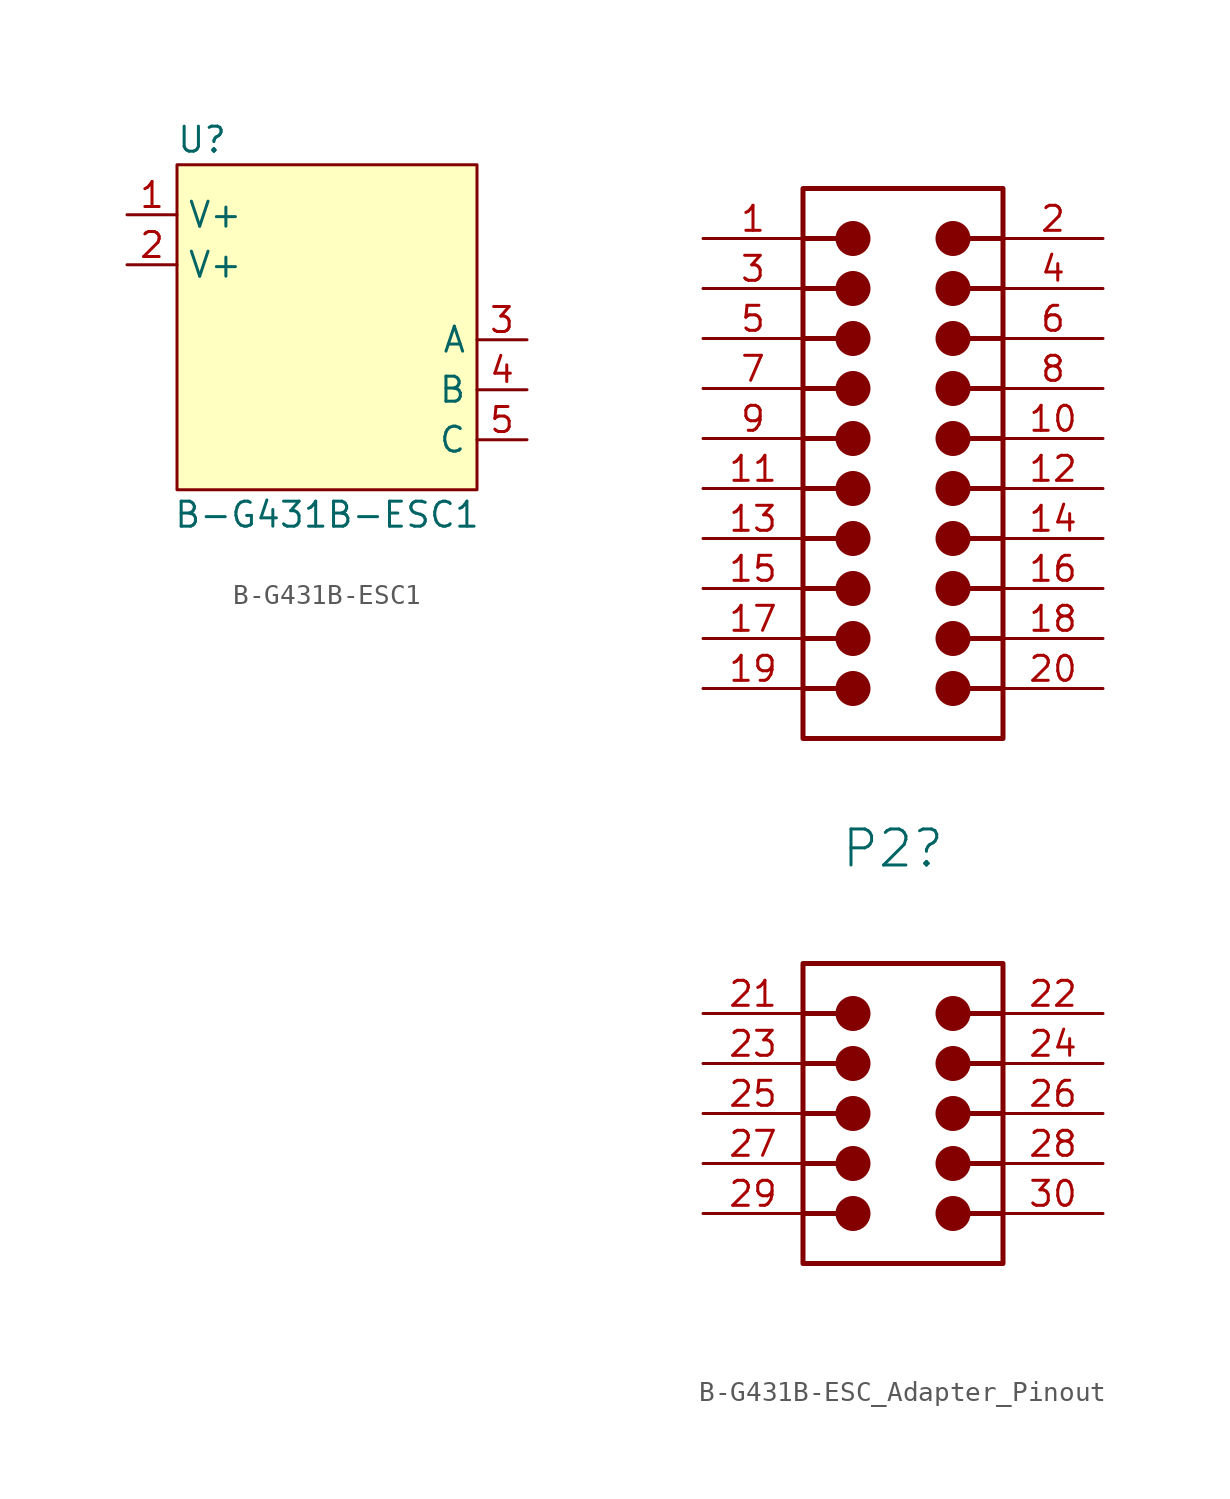
<source format=kicad_sym>
(kicad_symbol_lib
  (version 20231120)
  (generator "kicad_symbol_editor")
  (generator_version "8.0")
  (symbol "B-G431B-ESC1"
    (property "Reference" "U"
      (at -6.35 10.16 0)
      (effects (font (size 1.27 1.27))))
    (property "Value" "B-G431B-ESC1"
      (at 0 -8.89 0)
      (effects (font (size 1.27 1.27))))
    (symbol "B-G431B-ESC1_1_1"
      (rectangle (start -7.62 8.89) (end 7.62 -7.62) (stroke (width 0) (type default)) (fill (type background)))
      (pin power_in line (at -10.16 6.35 0) (length 2.54) (name "V+" (effects (font (size 1.27 1.27)))) (number "1" (effects (font (size 1.27 1.27)))))
      (pin power_in line (at -10.16 3.81 0) (length 2.54) (name "V+" (effects (font (size 1.27 1.27)))) (number "2" (effects (font (size 1.27 1.27)))))
      (pin output line (at 10.16 0 180) (length 2.54) (name "A" (effects (font (size 1.27 1.27)))) (number "3" (effects (font (size 1.27 1.27)))))
      (pin output line (at 10.16 -2.54 180) (length 2.54) (name "B" (effects (font (size 1.27 1.27)))) (number "4" (effects (font (size 1.27 1.27)))))
      (pin output line (at 10.16 -5.08 180) (length 2.54) (name "C" (effects (font (size 1.27 1.27)))) (number "5" (effects (font (size 1.27 1.27)))))))
  (symbol "B-G431B-ESC_Adapter_Pinout"
    (property "Reference" "P2"
      (at -0.508 -5.588 0)
      (effects (font (size 1.829 1.829))))
    (symbol "B-G431B-ESC_Adapter_Pinout_1_0"
      (circle (center -2.54 -24.13) (radius 0.762) (stroke (width 0.254) (type solid)) (fill (type outline)))
      (circle (center -2.54 -21.59) (radius 0.762) (stroke (width 0.254) (type solid)) (fill (type outline)))
      (circle (center -2.54 -19.05) (radius 0.762) (stroke (width 0.254) (type solid)) (fill (type outline)))
      (circle (center -2.54 -16.51) (radius 0.762) (stroke (width 0.254) (type solid)) (fill (type outline)))
      (circle (center -2.54 -13.97) (radius 0.762) (stroke (width 0.254) (type solid)) (fill (type outline)))
      (circle (center -2.54 2.54) (radius 0.762) (stroke (width 0.254) (type solid)) (fill (type outline)))
      (circle (center -2.54 5.08) (radius 0.762) (stroke (width 0.254) (type solid)) (fill (type outline)))
      (circle (center -2.54 7.62) (radius 0.762) (stroke (width 0.254) (type solid)) (fill (type outline)))
      (circle (center -2.54 10.16) (radius 0.762) (stroke (width 0.254) (type solid)) (fill (type outline)))
      (circle (center -2.54 12.7) (radius 0.762) (stroke (width 0.254) (type solid)) (fill (type outline)))
      (circle (center -2.54 15.24) (radius 0.762) (stroke (width 0.254) (type solid)) (fill (type outline)))
      (circle (center -2.54 17.78) (radius 0.762) (stroke (width 0.254) (type solid)) (fill (type outline)))
      (circle (center -2.54 20.32) (radius 0.762) (stroke (width 0.254) (type solid)) (fill (type outline)))
      (circle (center -2.54 22.86) (radius 0.762) (stroke (width 0.254) (type solid)) (fill (type outline)))
      (circle (center -2.54 25.4) (radius 0.762) (stroke (width 0.254) (type solid)) (fill (type outline)))
      (polyline (pts (xy -5.08 -24.13) (xy -3.302 -24.13)) (stroke (width 0.254) (type solid)) (fill (type none)))
      (polyline (pts (xy -5.08 -21.59) (xy -3.302 -21.59)) (stroke (width 0.254) (type solid)) (fill (type none)))
      (polyline (pts (xy -5.08 -19.05) (xy -3.302 -19.05)) (stroke (width 0.254) (type solid)) (fill (type none)))
      (polyline (pts (xy -5.08 -16.51) (xy -3.302 -16.51)) (stroke (width 0.254) (type solid)) (fill (type none)))
      (polyline (pts (xy -5.08 -13.97) (xy -3.302 -13.97)) (stroke (width 0.254) (type solid)) (fill (type none)))
      (polyline (pts (xy -5.08 2.54) (xy -3.302 2.54)) (stroke (width 0.254) (type solid)) (fill (type none)))
      (polyline (pts (xy -5.08 5.08) (xy -3.302 5.08)) (stroke (width 0.254) (type solid)) (fill (type none)))
      (polyline (pts (xy -5.08 7.62) (xy -3.302 7.62)) (stroke (width 0.254) (type solid)) (fill (type none)))
      (polyline (pts (xy -5.08 10.16) (xy -3.302 10.16)) (stroke (width 0.254) (type solid)) (fill (type none)))
      (polyline (pts (xy -5.08 12.7) (xy -3.302 12.7)) (stroke (width 0.254) (type solid)) (fill (type none)))
      (polyline (pts (xy -5.08 15.24) (xy -3.302 15.24)) (stroke (width 0.254) (type solid)) (fill (type none)))
      (polyline (pts (xy -5.08 17.78) (xy -3.302 17.78)) (stroke (width 0.254) (type solid)) (fill (type none)))
      (polyline (pts (xy -5.08 20.32) (xy -3.302 20.32)) (stroke (width 0.254) (type solid)) (fill (type none)))
      (polyline (pts (xy -5.08 22.86) (xy -3.302 22.86)) (stroke (width 0.254) (type solid)) (fill (type none)))
      (polyline (pts (xy -5.08 25.4) (xy -3.302 25.4)) (stroke (width 0.254) (type solid)) (fill (type none)))
      (polyline (pts (xy 5.08 -24.13) (xy 3.302 -24.13)) (stroke (width 0.254) (type solid)) (fill (type none)))
      (polyline (pts (xy 5.08 -21.59) (xy 3.302 -21.59)) (stroke (width 0.254) (type solid)) (fill (type none)))
      (polyline (pts (xy 5.08 -19.05) (xy 3.302 -19.05)) (stroke (width 0.254) (type solid)) (fill (type none)))
      (polyline (pts (xy 5.08 -16.51) (xy 3.302 -16.51)) (stroke (width 0.254) (type solid)) (fill (type none)))
      (polyline (pts (xy 5.08 -13.97) (xy 3.302 -13.97)) (stroke (width 0.254) (type solid)) (fill (type none)))
      (polyline (pts (xy 5.08 2.54) (xy 3.302 2.54)) (stroke (width 0.254) (type solid)) (fill (type none)))
      (polyline (pts (xy 5.08 5.08) (xy 3.302 5.08)) (stroke (width 0.254) (type solid)) (fill (type none)))
      (polyline (pts (xy 5.08 7.62) (xy 3.302 7.62)) (stroke (width 0.254) (type solid)) (fill (type none)))
      (polyline (pts (xy 5.08 10.16) (xy 3.302 10.16)) (stroke (width 0.254) (type solid)) (fill (type none)))
      (polyline (pts (xy 5.08 12.7) (xy 3.302 12.7)) (stroke (width 0.254) (type solid)) (fill (type none)))
      (polyline (pts (xy 5.08 15.24) (xy 3.302 15.24)) (stroke (width 0.254) (type solid)) (fill (type none)))
      (polyline (pts (xy 5.08 17.78) (xy 3.302 17.78)) (stroke (width 0.254) (type solid)) (fill (type none)))
      (polyline (pts (xy 5.08 20.32) (xy 3.302 20.32)) (stroke (width 0.254) (type solid)) (fill (type none)))
      (polyline (pts (xy 5.08 22.86) (xy 3.302 22.86)) (stroke (width 0.254) (type solid)) (fill (type none)))
      (polyline (pts (xy 5.08 25.4) (xy 3.302 25.4)) (stroke (width 0.254) (type solid)) (fill (type none)))
      (polyline (pts (xy -5.08 -11.43) (xy 5.08 -11.43) (xy 5.08 -26.67) (xy -5.08 -26.67) (xy -5.08 -11.43) (xy -5.08 -12.7)) (stroke (width 0.254) (type solid)) (fill (type none)))
      (circle (center 2.54 -24.13) (radius 0.762) (stroke (width 0.254) (type solid)) (fill (type outline)))
      (circle (center 2.54 -21.59) (radius 0.762) (stroke (width 0.254) (type solid)) (fill (type outline)))
      (circle (center 2.54 -19.05) (radius 0.762) (stroke (width 0.254) (type solid)) (fill (type outline)))
      (circle (center 2.54 -16.51) (radius 0.762) (stroke (width 0.254) (type solid)) (fill (type outline)))
      (circle (center 2.54 -13.97) (radius 0.762) (stroke (width 0.254) (type solid)) (fill (type outline)))
      (circle (center 2.54 2.54) (radius 0.762) (stroke (width 0.254) (type solid)) (fill (type outline)))
      (circle (center 2.54 5.08) (radius 0.762) (stroke (width 0.254) (type solid)) (fill (type outline)))
      (circle (center 2.54 7.62) (radius 0.762) (stroke (width 0.254) (type solid)) (fill (type outline)))
      (circle (center 2.54 10.16) (radius 0.762) (stroke (width 0.254) (type solid)) (fill (type outline)))
      (circle (center 2.54 12.7) (radius 0.762) (stroke (width 0.254) (type solid)) (fill (type outline)))
      (circle (center 2.54 15.24) (radius 0.762) (stroke (width 0.254) (type solid)) (fill (type outline)))
      (circle (center 2.54 17.78) (radius 0.762) (stroke (width 0.254) (type solid)) (fill (type outline)))
      (circle (center 2.54 20.32) (radius 0.762) (stroke (width 0.254) (type solid)) (fill (type outline)))
      (circle (center 2.54 22.86) (radius 0.762) (stroke (width 0.254) (type solid)) (fill (type outline)))
      (circle (center 2.54 25.4) (radius 0.762) (stroke (width 0.254) (type solid)) (fill (type outline)))
      (pin passive line (at -10.16 25.4 0) (length 5.08) (name "1" (effects (font (size 0 0)))) (number "1" (effects (font (size 1.27 1.27)))))
      (pin passive line (at 10.16 15.24 180) (length 5.08) (name "10" (effects (font (size 0 0)))) (number "10" (effects (font (size 1.27 1.27)))))
      (pin passive line (at -10.16 12.7 0) (length 5.08) (name "11" (effects (font (size 0 0)))) (number "11" (effects (font (size 1.27 1.27)))))
      (pin passive line (at 10.16 12.7 180) (length 5.08) (name "12" (effects (font (size 0 0)))) (number "12" (effects (font (size 1.27 1.27)))))
      (pin passive line (at -10.16 10.16 0) (length 5.08) (name "13" (effects (font (size 0 0)))) (number "13" (effects (font (size 1.27 1.27)))))
      (pin passive line (at 10.16 10.16 180) (length 5.08) (name "14" (effects (font (size 0 0)))) (number "14" (effects (font (size 1.27 1.27)))))
      (pin passive line (at -10.16 7.62 0) (length 5.08) (name "15" (effects (font (size 0 0)))) (number "15" (effects (font (size 1.27 1.27)))))
      (pin passive line (at 10.16 7.62 180) (length 5.08) (name "16" (effects (font (size 0 0)))) (number "16" (effects (font (size 1.27 1.27)))))
      (pin passive line (at -10.16 5.08 0) (length 5.08) (name "17" (effects (font (size 0 0)))) (number "17" (effects (font (size 1.27 1.27)))))
      (pin passive line (at 10.16 5.08 180) (length 5.08) (name "18" (effects (font (size 0 0)))) (number "18" (effects (font (size 1.27 1.27)))))
      (pin passive line (at -10.16 2.54 0) (length 5.08) (name "19" (effects (font (size 0 0)))) (number "19" (effects (font (size 1.27 1.27)))))
      (pin passive line (at 10.16 25.4 180) (length 5.08) (name "2" (effects (font (size 0 0)))) (number "2" (effects (font (size 1.27 1.27)))))
      (pin passive line (at 10.16 2.54 180) (length 5.08) (name "20" (effects (font (size 0 0)))) (number "20" (effects (font (size 1.27 1.27)))))
      (pin passive line (at -10.16 -13.97 0) (length 5.08) (name "21" (effects (font (size 0 0)))) (number "21" (effects (font (size 1.27 1.27)))))
      (pin passive line (at 10.16 -13.97 180) (length 5.08) (name "22" (effects (font (size 0 0)))) (number "22" (effects (font (size 1.27 1.27)))))
      (pin passive line (at -10.16 -16.51 0) (length 5.08) (name "23" (effects (font (size 0 0)))) (number "23" (effects (font (size 1.27 1.27)))))
      (pin passive line (at 10.16 -16.51 180) (length 5.08) (name "24" (effects (font (size 0 0)))) (number "24" (effects (font (size 1.27 1.27)))))
      (pin passive line (at -10.16 -19.05 0) (length 5.08) (name "25" (effects (font (size 0 0)))) (number "25" (effects (font (size 1.27 1.27)))))
      (pin passive line (at 10.16 -19.05 180) (length 5.08) (name "26" (effects (font (size 0 0)))) (number "26" (effects (font (size 1.27 1.27)))))
      (pin passive line (at -10.16 -21.59 0) (length 5.08) (name "27" (effects (font (size 0 0)))) (number "27" (effects (font (size 1.27 1.27)))))
      (pin passive line (at 10.16 -21.59 180) (length 5.08) (name "28" (effects (font (size 0 0)))) (number "28" (effects (font (size 1.27 1.27)))))
      (pin passive line (at -10.16 -24.13 0) (length 5.08) (name "29" (effects (font (size 0 0)))) (number "29" (effects (font (size 1.27 1.27)))))
      (pin passive line (at -10.16 22.86 0) (length 5.08) (name "3" (effects (font (size 0 0)))) (number "3" (effects (font (size 1.27 1.27)))))
      (pin passive line (at 10.16 -24.13 180) (length 5.08) (name "30" (effects (font (size 0 0)))) (number "30" (effects (font (size 1.27 1.27)))))
      (pin passive line (at 10.16 22.86 180) (length 5.08) (name "4" (effects (font (size 0 0)))) (number "4" (effects (font (size 1.27 1.27)))))
      (pin passive line (at -10.16 20.32 0) (length 5.08) (name "5" (effects (font (size 0 0)))) (number "5" (effects (font (size 1.27 1.27)))))
      (pin passive line (at 10.16 20.32 180) (length 5.08) (name "6" (effects (font (size 0 0)))) (number "6" (effects (font (size 1.27 1.27)))))
      (pin passive line (at -10.16 17.78 0) (length 5.08) (name "7" (effects (font (size 0 0)))) (number "7" (effects (font (size 1.27 1.27)))))
      (pin passive line (at 10.16 17.78 180) (length 5.08) (name "8" (effects (font (size 0 0)))) (number "8" (effects (font (size 1.27 1.27)))))
      (pin passive line (at -10.16 15.24 0) (length 5.08) (name "9" (effects (font (size 0 0)))) (number "9" (effects (font (size 1.27 1.27))))))
    (symbol "B-G431B-ESC_Adapter_Pinout_1_1"
      (rectangle (start 5.08 27.94) (end -5.08 0) (stroke (width 0.254) (type default)) (fill (type none))))))
</source>
